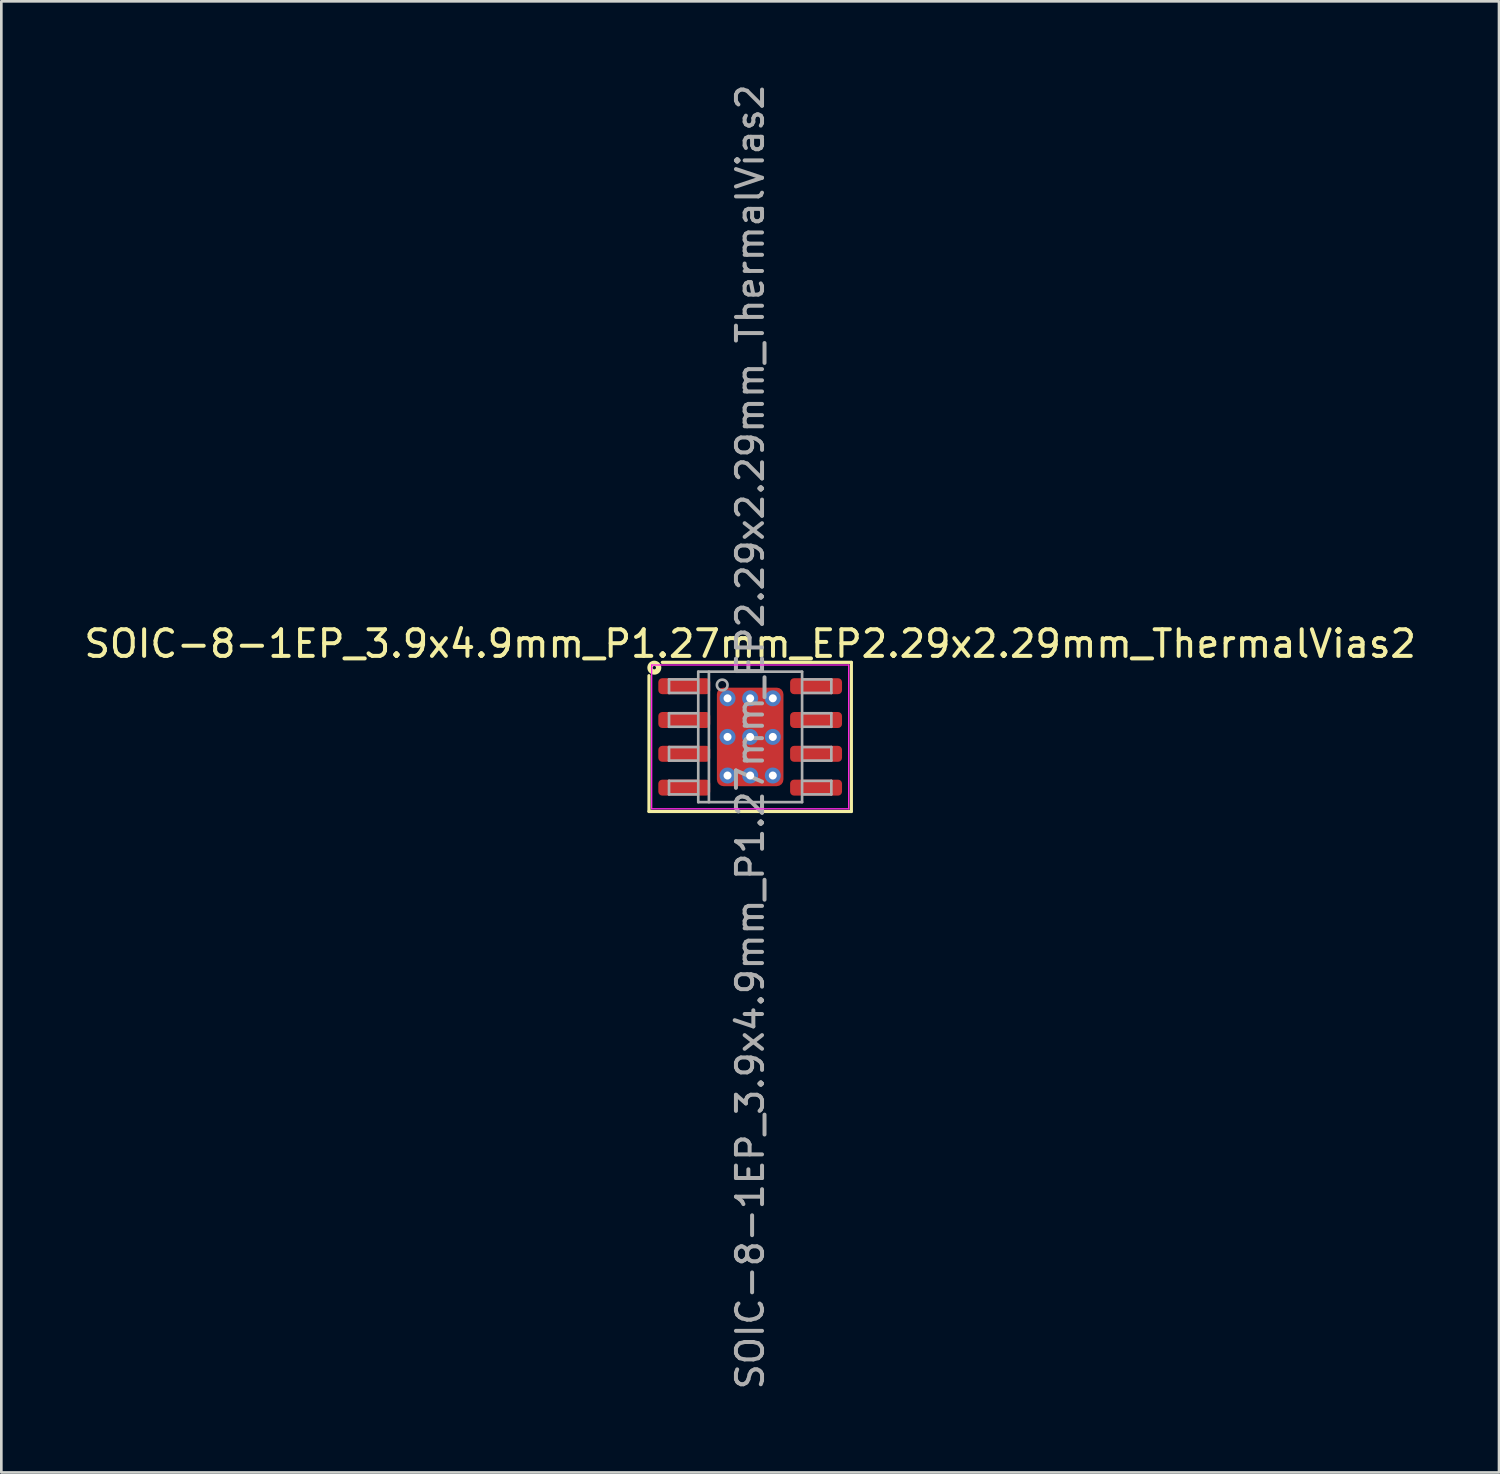
<source format=kicad_pcb>
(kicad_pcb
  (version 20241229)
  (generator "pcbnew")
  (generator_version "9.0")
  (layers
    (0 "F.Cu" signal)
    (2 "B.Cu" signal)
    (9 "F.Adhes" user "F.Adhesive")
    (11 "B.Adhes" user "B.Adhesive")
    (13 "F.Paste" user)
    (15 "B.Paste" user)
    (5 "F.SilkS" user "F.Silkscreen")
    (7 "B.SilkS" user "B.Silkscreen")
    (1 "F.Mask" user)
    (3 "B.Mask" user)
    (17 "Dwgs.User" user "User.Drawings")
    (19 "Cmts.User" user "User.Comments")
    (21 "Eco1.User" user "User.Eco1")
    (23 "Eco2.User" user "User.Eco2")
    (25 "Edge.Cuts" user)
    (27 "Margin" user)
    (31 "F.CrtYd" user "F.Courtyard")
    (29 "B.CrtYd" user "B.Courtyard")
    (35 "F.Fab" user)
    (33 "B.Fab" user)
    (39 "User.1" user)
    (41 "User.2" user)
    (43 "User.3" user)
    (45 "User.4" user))
  (footprint "SOIC-8-1EP_3.9x4.9mm_P1.27mm_EP2.29x2.29mm_ThermalVias2"
    (layer "F.Cu")
    (at 25.125 24.627)
    (property "Reference" "SOIC-8-1EP_3.9x4.9mm_P1.27mm_EP2.29x2.29mm_ThermalVias2" (at 0 -3.498 0) (layer "F.SilkS") (effects (font (size 1 1) (thickness 0.15))))
    (attr smd)
    (fp_line (start -3.8 -2.3) (end -3.8 2.8) (stroke (width 0.12) (type solid)) (layer "F.SilkS"))
    (fp_line (start -3.8 2.8) (end 3.8 2.8) (stroke (width 0.12) (type solid)) (layer "F.SilkS"))
    (fp_line (start 3.8 -2.8) (end -3.3 -2.8) (stroke (width 0.12) (type solid)) (layer "F.SilkS"))
    (fp_line (start 3.8 2.8) (end 3.8 -2.8) (stroke (width 0.12) (type solid)) (layer "F.SilkS"))
    (fp_circle (center -3.6 -2.6) (end -3.537 -2.6) (stroke (width 0.2) (type solid)) (fill no) (layer "F.SilkS"))
    (fp_line (start -3.7 -2.7) (end -3.7 2.7) (stroke (width 0.05) (type solid)) (layer "F.CrtYd"))
    (fp_line (start -3.7 2.7) (end 3.7 2.7) (stroke (width 0.05) (type solid)) (layer "F.CrtYd"))
    (fp_line (start 3.7 -2.7) (end -3.7 -2.7) (stroke (width 0.05) (type solid)) (layer "F.CrtYd"))
    (fp_line (start 3.7 2.7) (end 3.7 -2.7) (stroke (width 0.05) (type solid)) (layer "F.CrtYd"))
    (fp_line (start -3.048 -2.159) (end -3.048 -1.651) (stroke (width 0.1) (type solid)) (layer "F.Fab"))
    (fp_line (start -3.048 -2.159) (end -1.968 -2.159) (stroke (width 0.1) (type solid)) (layer "F.Fab"))
    (fp_line (start -3.048 -1.651) (end -1.968 -1.651) (stroke (width 0.1) (type solid)) (layer "F.Fab"))
    (fp_line (start -3.048 -0.889) (end -3.048 -0.381) (stroke (width 0.1) (type solid)) (layer "F.Fab"))
    (fp_line (start -3.048 -0.889) (end -1.968 -0.889) (stroke (width 0.1) (type solid)) (layer "F.Fab"))
    (fp_line (start -3.048 -0.381) (end -1.968 -0.381) (stroke (width 0.1) (type solid)) (layer "F.Fab"))
    (fp_line (start -3.048 0.381) (end -3.048 0.889) (stroke (width 0.1) (type solid)) (layer "F.Fab"))
    (fp_line (start -3.048 0.381) (end -1.968 0.381) (stroke (width 0.1) (type solid)) (layer "F.Fab"))
    (fp_line (start -3.048 0.889) (end -1.968 0.889) (stroke (width 0.1) (type solid)) (layer "F.Fab"))
    (fp_line (start -3.048 1.651) (end -3.048 2.159) (stroke (width 0.1) (type solid)) (layer "F.Fab"))
    (fp_line (start -3.048 1.651) (end -1.968 1.651) (stroke (width 0.1) (type solid)) (layer "F.Fab"))
    (fp_line (start -3.048 2.159) (end -1.968 2.159) (stroke (width 0.1) (type solid)) (layer "F.Fab"))
    (fp_line (start -1.95 -2.45) (end 1.95 -2.45) (stroke (width 0.1) (type solid)) (layer "F.Fab"))
    (fp_line (start -1.95 2.45) (end -1.95 -2.45) (stroke (width 0.1) (type solid)) (layer "F.Fab"))
    (fp_line (start -1.55 -2.45) (end -1.55 2.45) (stroke (width 0.1) (type solid)) (layer "F.Fab"))
    (fp_line (start 1.95 -2.45) (end 1.95 2.45) (stroke (width 0.1) (type solid)) (layer "F.Fab"))
    (fp_line (start 1.95 2.45) (end -1.95 2.45) (stroke (width 0.1) (type solid)) (layer "F.Fab"))
    (fp_line (start 3.048 -2.159) (end 1.968 -2.159) (stroke (width 0.1) (type solid)) (layer "F.Fab"))
    (fp_line (start 3.048 -1.651) (end 1.968 -1.651) (stroke (width 0.1) (type solid)) (layer "F.Fab"))
    (fp_line (start 3.048 -1.651) (end 3.048 -2.159) (stroke (width 0.1) (type solid)) (layer "F.Fab"))
    (fp_line (start 3.048 -0.889) (end 1.968 -0.889) (stroke (width 0.1) (type solid)) (layer "F.Fab"))
    (fp_line (start 3.048 -0.381) (end 1.968 -0.381) (stroke (width 0.1) (type solid)) (layer "F.Fab"))
    (fp_line (start 3.048 -0.381) (end 3.048 -0.889) (stroke (width 0.1) (type solid)) (layer "F.Fab"))
    (fp_line (start 3.048 0.381) (end 1.968 0.381) (stroke (width 0.1) (type solid)) (layer "F.Fab"))
    (fp_line (start 3.048 0.889) (end 1.968 0.889) (stroke (width 0.1) (type solid)) (layer "F.Fab"))
    (fp_line (start 3.048 0.889) (end 3.048 0.381) (stroke (width 0.1) (type solid)) (layer "F.Fab"))
    (fp_line (start 3.048 1.651) (end 1.968 1.651) (stroke (width 0.1) (type solid)) (layer "F.Fab"))
    (fp_line (start 3.048 2.159) (end 1.968 2.159) (stroke (width 0.1) (type solid)) (layer "F.Fab"))
    (fp_line (start 3.048 2.159) (end 3.048 1.651) (stroke (width 0.1) (type solid)) (layer "F.Fab"))
    (fp_circle (center -1.05 -1.95) (end -0.85 -1.95) (stroke (width 0.1) (type solid)) (fill no) (layer "F.Fab"))
    (fp_text user "${REFERENCE}" (at 0 0 90) (layer "F.Fab") (effects (font (size 0.98 0.98) (thickness 0.15))))
    (pad "" smd roundrect (at -0.565 -0.725) (size 0.93 0.65) (layers "F.Paste") (roundrect_rratio 0.25))
    (pad "" smd roundrect (at -0.565 0.7) (size 0.93 0.6) (layers "F.Paste") (roundrect_rratio 0.25))
    (pad "" smd roundrect (at 0 -0.725) (size 2.3 0.85) (layers "F.Mask") (roundrect_rratio 0.25))
    (pad "" smd roundrect (at 0 0.725) (size 2.3 0.85) (layers "F.Mask") (roundrect_rratio 0.25))
    (pad "" smd roundrect (at 0.565 -0.725) (size 0.93 0.65) (layers "F.Paste") (roundrect_rratio 0.25))
    (pad "" smd roundrect (at 0.565 0.7) (size 0.93 0.6) (layers "F.Paste") (roundrect_rratio 0.25))
    (pad "1" smd roundrect (at -2.475 -1.905) (size 1.95 0.6) (layers "F.Cu" "F.Mask" "F.Paste") (roundrect_rratio 0.25))
    (pad "2" smd roundrect (at -2.475 -0.635) (size 1.95 0.6) (layers "F.Cu" "F.Mask" "F.Paste") (roundrect_rratio 0.25))
    (pad "3" smd roundrect (at -2.475 0.635) (size 1.95 0.6) (layers "F.Cu" "F.Mask" "F.Paste") (roundrect_rratio 0.25))
    (pad "4" smd roundrect (at -2.475 1.905) (size 1.95 0.6) (layers "F.Cu" "F.Mask" "F.Paste") (roundrect_rratio 0.25))
    (pad "5" smd roundrect (at 2.475 1.905) (size 1.95 0.6) (layers "F.Cu" "F.Mask" "F.Paste") (roundrect_rratio 0.25))
    (pad "6" smd roundrect (at 2.475 0.635) (size 1.95 0.6) (layers "F.Cu" "F.Mask" "F.Paste") (roundrect_rratio 0.25))
    (pad "7" smd roundrect (at 2.475 -0.635) (size 1.95 0.6) (layers "F.Cu" "F.Mask" "F.Paste") (roundrect_rratio 0.25))
    (pad "8" smd roundrect (at 2.475 -1.905) (size 1.95 0.6) (layers "F.Cu" "F.Mask" "F.Paste") (roundrect_rratio 0.25))
    (pad "9" thru_hole circle (at -0.85 -1.45) (size 0.6 0.6) (drill 0.3) (property pad_prop_heatsink) (layers "*.Cu" "*.Mask"))
    (pad "9" thru_hole circle (at -0.85 0) (size 0.6 0.6) (drill 0.3) (property pad_prop_heatsink) (layers "*.Cu" "*.Mask"))
    (pad "9" thru_hole circle (at -0.85 1.45) (size 0.6 0.6) (drill 0.3) (property pad_prop_heatsink) (layers "*.Cu" "*.Mask"))
    (pad "9" thru_hole circle (at 0 -1.45) (size 0.6 0.6) (drill 0.3) (property pad_prop_heatsink) (layers "*.Cu" "*.Mask"))
    (pad "9" thru_hole circle (at 0 0) (size 0.6 0.6) (drill 0.3) (property pad_prop_heatsink) (layers "*.Cu" "*.Mask"))
    (pad "9" smd roundrect (at 0 0) (size 2.5 3.7) (layers "F.Cu") (roundrect_rratio 0.1))
    (pad "9" thru_hole circle (at 0 1.45) (size 0.6 0.6) (drill 0.3) (property pad_prop_heatsink) (layers "*.Cu" "*.Mask"))
    (pad "9" thru_hole circle (at 0.85 -1.45) (size 0.6 0.6) (drill 0.3) (property pad_prop_heatsink) (layers "*.Cu" "*.Mask"))
    (pad "9" thru_hole circle (at 0.85 0) (size 0.6 0.6) (drill 0.3) (property pad_prop_heatsink) (layers "*.Cu" "*.Mask"))
    (pad "9" thru_hole circle (at 0.85 1.45) (size 0.6 0.6) (drill 0.3) (property pad_prop_heatsink) (layers "*.Cu" "*.Mask")))
  (gr_rect
    (start -3 -3)
    (end 53.25 52.254)
    (stroke (width 0.1) (type default))
    (fill no)
    (layer "Edge.Cuts")))
</source>
